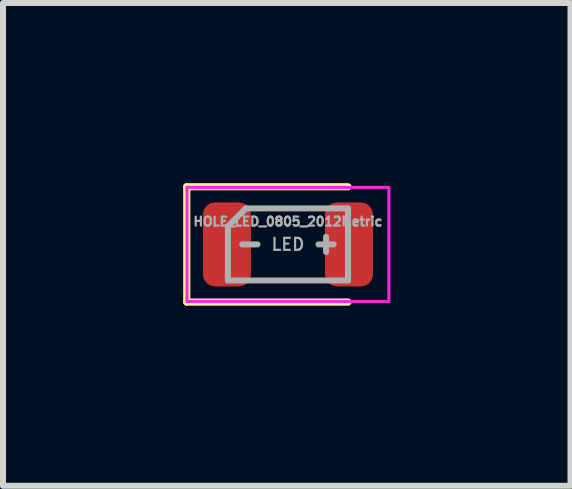
<source format=kicad_pcb>
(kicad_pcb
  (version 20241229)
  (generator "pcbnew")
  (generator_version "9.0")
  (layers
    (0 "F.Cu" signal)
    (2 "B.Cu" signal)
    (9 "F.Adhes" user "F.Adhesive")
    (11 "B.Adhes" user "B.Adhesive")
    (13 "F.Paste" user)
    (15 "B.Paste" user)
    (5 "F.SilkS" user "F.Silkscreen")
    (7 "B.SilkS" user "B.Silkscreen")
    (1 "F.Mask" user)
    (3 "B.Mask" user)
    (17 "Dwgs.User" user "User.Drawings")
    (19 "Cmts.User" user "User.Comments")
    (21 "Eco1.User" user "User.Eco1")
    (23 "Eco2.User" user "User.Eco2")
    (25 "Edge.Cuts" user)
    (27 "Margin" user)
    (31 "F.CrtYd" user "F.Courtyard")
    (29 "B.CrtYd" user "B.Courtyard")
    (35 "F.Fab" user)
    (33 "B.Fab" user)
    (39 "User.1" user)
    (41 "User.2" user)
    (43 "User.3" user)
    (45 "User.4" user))
  (footprint "HOLE_LED_0805_2012Metric"
    (layer "F.Cu")
    (at 1.745 1.02)
    (property "Reference" "HOLE_LED_0805_2012Metric" (at 0 -0.381 0) (layer "F.Fab") (effects (font (size 0.15 0.15) (thickness 0.037))))
    (attr smd)
    (fp_line (start -1.685 -0.96) (end -1.685 0.96) (stroke (width 0.12) (type solid)) (layer "F.SilkS"))
    (fp_line (start -1.685 0.96) (end 1 0.96) (stroke (width 0.12) (type solid)) (layer "F.SilkS"))
    (fp_line (start 1 -0.96) (end -1.685 -0.96) (stroke (width 0.12) (type solid)) (layer "F.SilkS"))
    (fp_line (start -1.68 -0.95) (end 1.68 -0.95) (stroke (width 0.05) (type solid)) (layer "F.CrtYd"))
    (fp_line (start -1.68 0.95) (end -1.68 -0.95) (stroke (width 0.05) (type solid)) (layer "F.CrtYd"))
    (fp_line (start 1.68 -0.95) (end 1.68 0.95) (stroke (width 0.05) (type solid)) (layer "F.CrtYd"))
    (fp_line (start 1.68 0.95) (end -1.68 0.95) (stroke (width 0.05) (type solid)) (layer "F.CrtYd"))
    (fp_line (start -1 -0.3) (end -1 0.6) (stroke (width 0.1) (type solid)) (layer "F.Fab"))
    (fp_line (start -1 0.6) (end 1 0.6) (stroke (width 0.1) (type solid)) (layer "F.Fab"))
    (fp_line (start -0.762 0) (end -0.508 0) (stroke (width 0.1) (type default)) (layer "F.Fab"))
    (fp_line (start -0.7 -0.6) (end -1 -0.3) (stroke (width 0.1) (type solid)) (layer "F.Fab"))
    (fp_line (start 0.635 -0.127) (end 0.635 0.127) (stroke (width 0.1) (type default)) (layer "F.Fab"))
    (fp_line (start 0.762 0) (end 0.508 0) (stroke (width 0.1) (type default)) (layer "F.Fab"))
    (fp_line (start 1 -0.6) (end -0.7 -0.6) (stroke (width 0.1) (type solid)) (layer "F.Fab"))
    (fp_line (start 1 0.6) (end 1 -0.6) (stroke (width 0.1) (type solid)) (layer "F.Fab"))
    (fp_text user "LED" (at 0 0 0) (layer "F.Fab") (effects (font (size 0.2 0.2) (thickness 0.037))))
    (pad "1" smd roundrect (at -1.016 0) (size 0.8 1.4) (layers "F.Cu" "F.Mask" "F.Paste") (roundrect_rratio 0.25))
    (pad "2" smd roundrect (at 1.016 0) (size 0.8 1.4) (layers "F.Cu" "F.Mask" "F.Paste") (roundrect_rratio 0.25)))
  (gr_rect
    (start -3 -3)
    (end 6.45 5.04)
    (stroke (width 0.1) (type default))
    (fill no)
    (layer "Edge.Cuts")))
</source>
